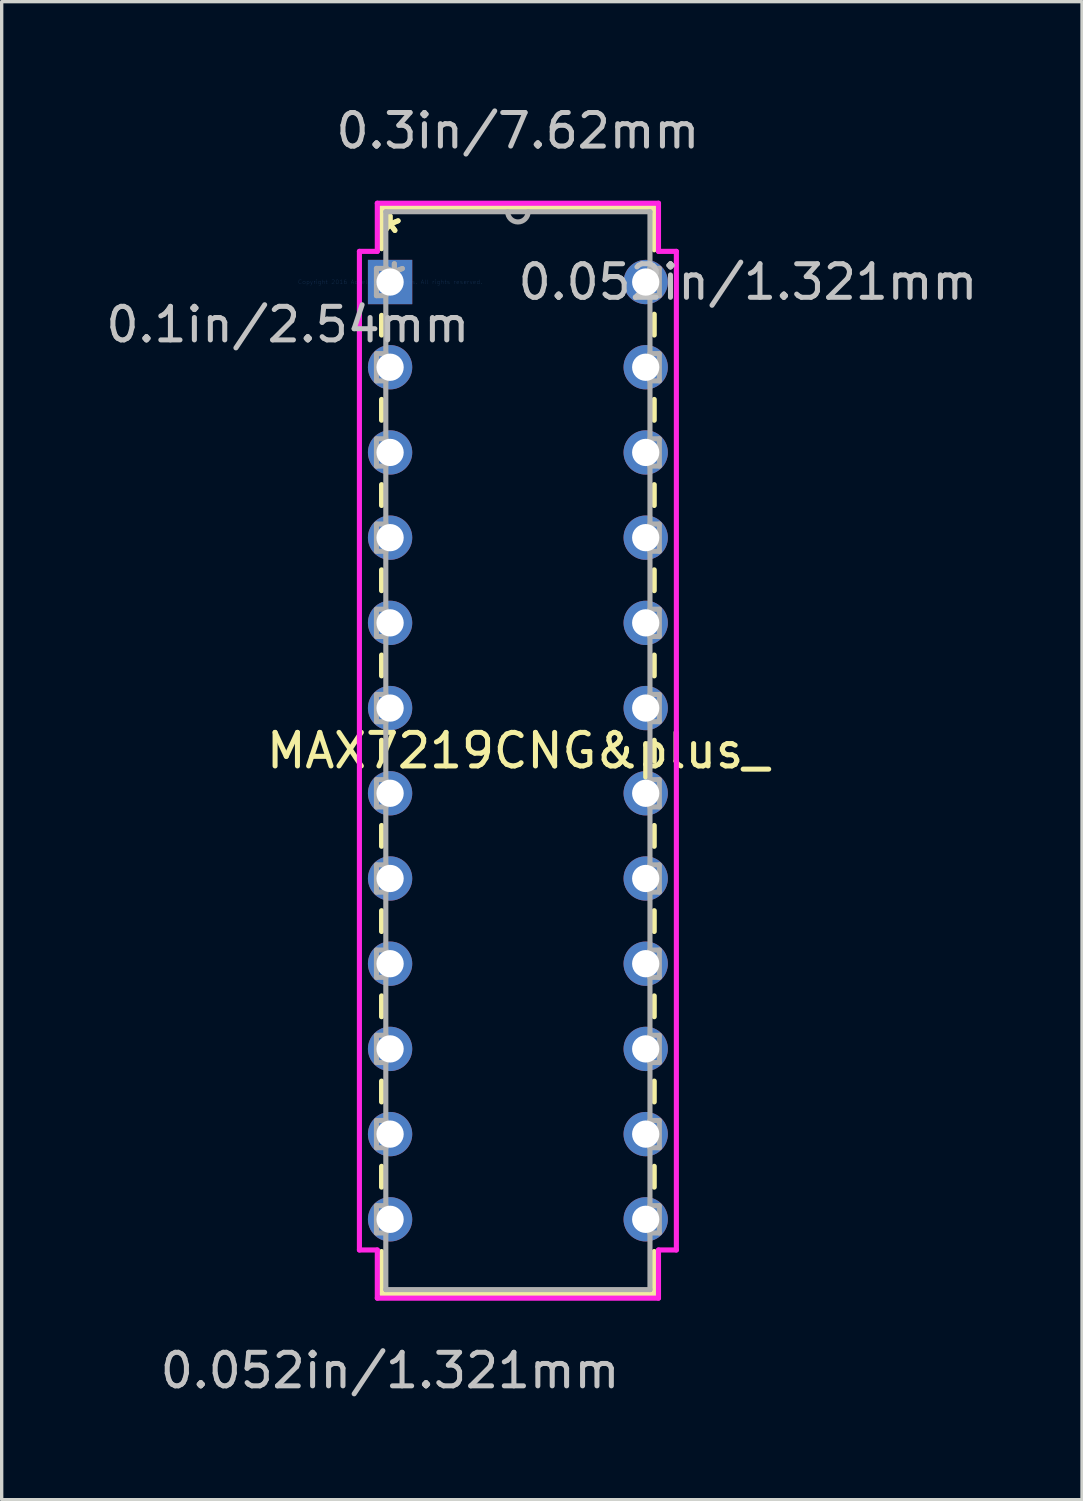
<source format=kicad_pcb>
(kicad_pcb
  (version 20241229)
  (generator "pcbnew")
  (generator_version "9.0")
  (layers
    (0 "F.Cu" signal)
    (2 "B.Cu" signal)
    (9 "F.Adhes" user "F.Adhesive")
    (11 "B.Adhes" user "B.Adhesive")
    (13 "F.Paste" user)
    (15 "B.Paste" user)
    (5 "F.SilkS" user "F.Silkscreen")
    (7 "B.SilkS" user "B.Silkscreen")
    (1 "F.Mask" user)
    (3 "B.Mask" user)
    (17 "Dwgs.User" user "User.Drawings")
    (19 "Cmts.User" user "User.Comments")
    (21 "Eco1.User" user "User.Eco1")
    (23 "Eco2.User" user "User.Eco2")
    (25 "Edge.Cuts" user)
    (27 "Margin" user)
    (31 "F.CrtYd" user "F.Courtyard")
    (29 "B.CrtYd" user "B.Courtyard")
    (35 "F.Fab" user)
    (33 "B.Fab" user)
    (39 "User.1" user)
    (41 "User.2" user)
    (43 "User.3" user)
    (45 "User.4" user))
  (footprint "MAX7219CNG&plus_"
    (layer "F.Cu")
    (at 8.578 5.357)
    (property "Reference" "MAX7219CNG&plus_" (at 3.81 13.97 0) (layer "F.SilkS") (effects (font (size 1 1) (thickness 0.15))))
    (attr through_hole)
    (fp_line (start -0.254 -2.223) (end -0.254 -0.993) (stroke (width 0.152) (type solid)) (layer "F.SilkS"))
    (fp_line (start -0.254 0.993) (end -0.254 1.58) (stroke (width 0.152) (type solid)) (layer "F.SilkS"))
    (fp_line (start -0.254 3.5) (end -0.254 4.12) (stroke (width 0.152) (type solid)) (layer "F.SilkS"))
    (fp_line (start -0.254 6.04) (end -0.254 6.66) (stroke (width 0.152) (type solid)) (layer "F.SilkS"))
    (fp_line (start -0.254 8.58) (end -0.254 9.2) (stroke (width 0.152) (type solid)) (layer "F.SilkS"))
    (fp_line (start -0.254 11.12) (end -0.254 11.74) (stroke (width 0.152) (type solid)) (layer "F.SilkS"))
    (fp_line (start -0.254 13.66) (end -0.254 14.28) (stroke (width 0.152) (type solid)) (layer "F.SilkS"))
    (fp_line (start -0.254 16.2) (end -0.254 16.82) (stroke (width 0.152) (type solid)) (layer "F.SilkS"))
    (fp_line (start -0.254 18.74) (end -0.254 19.36) (stroke (width 0.152) (type solid)) (layer "F.SilkS"))
    (fp_line (start -0.254 21.28) (end -0.254 21.9) (stroke (width 0.152) (type solid)) (layer "F.SilkS"))
    (fp_line (start -0.254 23.82) (end -0.254 24.44) (stroke (width 0.152) (type solid)) (layer "F.SilkS"))
    (fp_line (start -0.254 26.36) (end -0.254 26.98) (stroke (width 0.152) (type solid)) (layer "F.SilkS"))
    (fp_line (start -0.254 28.9) (end -0.254 30.163) (stroke (width 0.152) (type solid)) (layer "F.SilkS"))
    (fp_line (start -0.254 30.163) (end 7.874 30.163) (stroke (width 0.152) (type solid)) (layer "F.SilkS"))
    (fp_line (start 7.874 -2.223) (end -0.254 -2.223) (stroke (width 0.152) (type solid)) (layer "F.SilkS"))
    (fp_line (start 7.874 -0.96) (end 7.874 -2.223) (stroke (width 0.152) (type solid)) (layer "F.SilkS"))
    (fp_line (start 7.874 1.58) (end 7.874 0.96) (stroke (width 0.152) (type solid)) (layer "F.SilkS"))
    (fp_line (start 7.874 4.12) (end 7.874 3.5) (stroke (width 0.152) (type solid)) (layer "F.SilkS"))
    (fp_line (start 7.874 6.66) (end 7.874 6.04) (stroke (width 0.152) (type solid)) (layer "F.SilkS"))
    (fp_line (start 7.874 9.2) (end 7.874 8.58) (stroke (width 0.152) (type solid)) (layer "F.SilkS"))
    (fp_line (start 7.874 11.74) (end 7.874 11.12) (stroke (width 0.152) (type solid)) (layer "F.SilkS"))
    (fp_line (start 7.874 14.28) (end 7.874 13.66) (stroke (width 0.152) (type solid)) (layer "F.SilkS"))
    (fp_line (start 7.874 16.82) (end 7.874 16.2) (stroke (width 0.152) (type solid)) (layer "F.SilkS"))
    (fp_line (start 7.874 19.36) (end 7.874 18.74) (stroke (width 0.152) (type solid)) (layer "F.SilkS"))
    (fp_line (start 7.874 21.9) (end 7.874 21.28) (stroke (width 0.152) (type solid)) (layer "F.SilkS"))
    (fp_line (start 7.874 24.44) (end 7.874 23.82) (stroke (width 0.152) (type solid)) (layer "F.SilkS"))
    (fp_line (start 7.874 26.98) (end 7.874 26.36) (stroke (width 0.152) (type solid)) (layer "F.SilkS"))
    (fp_line (start 7.874 30.163) (end 7.874 28.9) (stroke (width 0.152) (type solid)) (layer "F.SilkS"))
    (fp_line (start -0.914 -0.914) (end -0.914 28.854) (stroke (width 0.152) (type solid)) (layer "F.CrtYd"))
    (fp_line (start -0.914 28.854) (end -0.381 28.854) (stroke (width 0.152) (type solid)) (layer "F.CrtYd"))
    (fp_line (start -0.381 -2.349) (end -0.381 -0.914) (stroke (width 0.152) (type solid)) (layer "F.CrtYd"))
    (fp_line (start -0.381 -0.914) (end -0.914 -0.914) (stroke (width 0.152) (type solid)) (layer "F.CrtYd"))
    (fp_line (start -0.381 28.854) (end -0.381 30.29) (stroke (width 0.152) (type solid)) (layer "F.CrtYd"))
    (fp_line (start -0.381 30.29) (end 8.001 30.29) (stroke (width 0.152) (type solid)) (layer "F.CrtYd"))
    (fp_line (start 8.001 -2.349) (end -0.381 -2.349) (stroke (width 0.152) (type solid)) (layer "F.CrtYd"))
    (fp_line (start 8.001 -0.914) (end 8.001 -2.349) (stroke (width 0.152) (type solid)) (layer "F.CrtYd"))
    (fp_line (start 8.001 28.854) (end 8.534 28.854) (stroke (width 0.152) (type solid)) (layer "F.CrtYd"))
    (fp_line (start 8.001 30.29) (end 8.001 28.854) (stroke (width 0.152) (type solid)) (layer "F.CrtYd"))
    (fp_line (start 8.534 -0.914) (end 8.001 -0.914) (stroke (width 0.152) (type solid)) (layer "F.CrtYd"))
    (fp_line (start 8.534 28.854) (end 8.534 -0.914) (stroke (width 0.152) (type solid)) (layer "F.CrtYd"))
    (fp_line (start -0.406 -0.406) (end -0.406 0.406) (stroke (width 0.152) (type solid)) (layer "F.Fab"))
    (fp_line (start -0.406 0.406) (end -0.127 0.406) (stroke (width 0.152) (type solid)) (layer "F.Fab"))
    (fp_line (start -0.406 2.134) (end -0.406 2.946) (stroke (width 0.152) (type solid)) (layer "F.Fab"))
    (fp_line (start -0.406 2.946) (end -0.127 2.946) (stroke (width 0.152) (type solid)) (layer "F.Fab"))
    (fp_line (start -0.406 4.674) (end -0.406 5.486) (stroke (width 0.152) (type solid)) (layer "F.Fab"))
    (fp_line (start -0.406 5.486) (end -0.127 5.486) (stroke (width 0.152) (type solid)) (layer "F.Fab"))
    (fp_line (start -0.406 7.214) (end -0.406 8.026) (stroke (width 0.152) (type solid)) (layer "F.Fab"))
    (fp_line (start -0.406 8.026) (end -0.127 8.026) (stroke (width 0.152) (type solid)) (layer "F.Fab"))
    (fp_line (start -0.406 9.754) (end -0.406 10.566) (stroke (width 0.152) (type solid)) (layer "F.Fab"))
    (fp_line (start -0.406 10.566) (end -0.127 10.566) (stroke (width 0.152) (type solid)) (layer "F.Fab"))
    (fp_line (start -0.406 12.294) (end -0.406 13.106) (stroke (width 0.152) (type solid)) (layer "F.Fab"))
    (fp_line (start -0.406 13.106) (end -0.127 13.106) (stroke (width 0.152) (type solid)) (layer "F.Fab"))
    (fp_line (start -0.406 14.834) (end -0.406 15.646) (stroke (width 0.152) (type solid)) (layer "F.Fab"))
    (fp_line (start -0.406 15.646) (end -0.127 15.646) (stroke (width 0.152) (type solid)) (layer "F.Fab"))
    (fp_line (start -0.406 17.374) (end -0.406 18.186) (stroke (width 0.152) (type solid)) (layer "F.Fab"))
    (fp_line (start -0.406 18.186) (end -0.127 18.186) (stroke (width 0.152) (type solid)) (layer "F.Fab"))
    (fp_line (start -0.406 19.914) (end -0.406 20.726) (stroke (width 0.152) (type solid)) (layer "F.Fab"))
    (fp_line (start -0.406 20.726) (end -0.127 20.726) (stroke (width 0.152) (type solid)) (layer "F.Fab"))
    (fp_line (start -0.406 22.454) (end -0.406 23.266) (stroke (width 0.152) (type solid)) (layer "F.Fab"))
    (fp_line (start -0.406 23.266) (end -0.127 23.266) (stroke (width 0.152) (type solid)) (layer "F.Fab"))
    (fp_line (start -0.406 24.994) (end -0.406 25.806) (stroke (width 0.152) (type solid)) (layer "F.Fab"))
    (fp_line (start -0.406 25.806) (end -0.127 25.806) (stroke (width 0.152) (type solid)) (layer "F.Fab"))
    (fp_line (start -0.406 27.534) (end -0.406 28.346) (stroke (width 0.152) (type solid)) (layer "F.Fab"))
    (fp_line (start -0.406 28.346) (end -0.127 28.346) (stroke (width 0.152) (type solid)) (layer "F.Fab"))
    (fp_line (start -0.127 -2.095) (end -0.127 30.035) (stroke (width 0.152) (type solid)) (layer "F.Fab"))
    (fp_line (start -0.127 -0.406) (end -0.406 -0.406) (stroke (width 0.152) (type solid)) (layer "F.Fab"))
    (fp_line (start -0.127 0.406) (end -0.127 -0.406) (stroke (width 0.152) (type solid)) (layer "F.Fab"))
    (fp_line (start -0.127 2.134) (end -0.406 2.134) (stroke (width 0.152) (type solid)) (layer "F.Fab"))
    (fp_line (start -0.127 2.946) (end -0.127 2.134) (stroke (width 0.152) (type solid)) (layer "F.Fab"))
    (fp_line (start -0.127 4.674) (end -0.406 4.674) (stroke (width 0.152) (type solid)) (layer "F.Fab"))
    (fp_line (start -0.127 5.486) (end -0.127 4.674) (stroke (width 0.152) (type solid)) (layer "F.Fab"))
    (fp_line (start -0.127 7.214) (end -0.406 7.214) (stroke (width 0.152) (type solid)) (layer "F.Fab"))
    (fp_line (start -0.127 8.026) (end -0.127 7.214) (stroke (width 0.152) (type solid)) (layer "F.Fab"))
    (fp_line (start -0.127 9.754) (end -0.406 9.754) (stroke (width 0.152) (type solid)) (layer "F.Fab"))
    (fp_line (start -0.127 10.566) (end -0.127 9.754) (stroke (width 0.152) (type solid)) (layer "F.Fab"))
    (fp_line (start -0.127 12.294) (end -0.406 12.294) (stroke (width 0.152) (type solid)) (layer "F.Fab"))
    (fp_line (start -0.127 13.106) (end -0.127 12.294) (stroke (width 0.152) (type solid)) (layer "F.Fab"))
    (fp_line (start -0.127 14.834) (end -0.406 14.834) (stroke (width 0.152) (type solid)) (layer "F.Fab"))
    (fp_line (start -0.127 15.646) (end -0.127 14.834) (stroke (width 0.152) (type solid)) (layer "F.Fab"))
    (fp_line (start -0.127 17.374) (end -0.406 17.374) (stroke (width 0.152) (type solid)) (layer "F.Fab"))
    (fp_line (start -0.127 18.186) (end -0.127 17.374) (stroke (width 0.152) (type solid)) (layer "F.Fab"))
    (fp_line (start -0.127 19.914) (end -0.406 19.914) (stroke (width 0.152) (type solid)) (layer "F.Fab"))
    (fp_line (start -0.127 20.726) (end -0.127 19.914) (stroke (width 0.152) (type solid)) (layer "F.Fab"))
    (fp_line (start -0.127 22.454) (end -0.406 22.454) (stroke (width 0.152) (type solid)) (layer "F.Fab"))
    (fp_line (start -0.127 23.266) (end -0.127 22.454) (stroke (width 0.152) (type solid)) (layer "F.Fab"))
    (fp_line (start -0.127 24.994) (end -0.406 24.994) (stroke (width 0.152) (type solid)) (layer "F.Fab"))
    (fp_line (start -0.127 25.806) (end -0.127 24.994) (stroke (width 0.152) (type solid)) (layer "F.Fab"))
    (fp_line (start -0.127 27.534) (end -0.406 27.534) (stroke (width 0.152) (type solid)) (layer "F.Fab"))
    (fp_line (start -0.127 28.346) (end -0.127 27.534) (stroke (width 0.152) (type solid)) (layer "F.Fab"))
    (fp_line (start -0.127 30.035) (end 7.747 30.035) (stroke (width 0.152) (type solid)) (layer "F.Fab"))
    (fp_line (start 7.747 -2.095) (end -0.127 -2.095) (stroke (width 0.152) (type solid)) (layer "F.Fab"))
    (fp_line (start 7.747 -0.406) (end 7.747 0.406) (stroke (width 0.152) (type solid)) (layer "F.Fab"))
    (fp_line (start 7.747 0.406) (end 8.026 0.406) (stroke (width 0.152) (type solid)) (layer "F.Fab"))
    (fp_line (start 7.747 2.134) (end 7.747 2.946) (stroke (width 0.152) (type solid)) (layer "F.Fab"))
    (fp_line (start 7.747 2.946) (end 8.026 2.946) (stroke (width 0.152) (type solid)) (layer "F.Fab"))
    (fp_line (start 7.747 4.674) (end 7.747 5.486) (stroke (width 0.152) (type solid)) (layer "F.Fab"))
    (fp_line (start 7.747 5.486) (end 8.026 5.486) (stroke (width 0.152) (type solid)) (layer "F.Fab"))
    (fp_line (start 7.747 7.214) (end 7.747 8.026) (stroke (width 0.152) (type solid)) (layer "F.Fab"))
    (fp_line (start 7.747 8.026) (end 8.026 8.026) (stroke (width 0.152) (type solid)) (layer "F.Fab"))
    (fp_line (start 7.747 9.754) (end 7.747 10.566) (stroke (width 0.152) (type solid)) (layer "F.Fab"))
    (fp_line (start 7.747 10.566) (end 8.026 10.566) (stroke (width 0.152) (type solid)) (layer "F.Fab"))
    (fp_line (start 7.747 12.294) (end 7.747 13.106) (stroke (width 0.152) (type solid)) (layer "F.Fab"))
    (fp_line (start 7.747 13.106) (end 8.026 13.106) (stroke (width 0.152) (type solid)) (layer "F.Fab"))
    (fp_line (start 7.747 14.834) (end 7.747 15.646) (stroke (width 0.152) (type solid)) (layer "F.Fab"))
    (fp_line (start 7.747 15.646) (end 8.026 15.646) (stroke (width 0.152) (type solid)) (layer "F.Fab"))
    (fp_line (start 7.747 17.374) (end 7.747 18.186) (stroke (width 0.152) (type solid)) (layer "F.Fab"))
    (fp_line (start 7.747 18.186) (end 8.026 18.186) (stroke (width 0.152) (type solid)) (layer "F.Fab"))
    (fp_line (start 7.747 19.914) (end 7.747 20.726) (stroke (width 0.152) (type solid)) (layer "F.Fab"))
    (fp_line (start 7.747 20.726) (end 8.026 20.726) (stroke (width 0.152) (type solid)) (layer "F.Fab"))
    (fp_line (start 7.747 22.454) (end 7.747 23.266) (stroke (width 0.152) (type solid)) (layer "F.Fab"))
    (fp_line (start 7.747 23.266) (end 8.026 23.266) (stroke (width 0.152) (type solid)) (layer "F.Fab"))
    (fp_line (start 7.747 24.994) (end 7.747 25.806) (stroke (width 0.152) (type solid)) (layer "F.Fab"))
    (fp_line (start 7.747 25.806) (end 8.026 25.806) (stroke (width 0.152) (type solid)) (layer "F.Fab"))
    (fp_line (start 7.747 27.534) (end 7.747 28.346) (stroke (width 0.152) (type solid)) (layer "F.Fab"))
    (fp_line (start 7.747 28.346) (end 8.026 28.346) (stroke (width 0.152) (type solid)) (layer "F.Fab"))
    (fp_line (start 7.747 30.035) (end 7.747 -2.095) (stroke (width 0.152) (type solid)) (layer "F.Fab"))
    (fp_line (start 8.026 -0.406) (end 7.747 -0.406) (stroke (width 0.152) (type solid)) (layer "F.Fab"))
    (fp_line (start 8.026 0.406) (end 8.026 -0.406) (stroke (width 0.152) (type solid)) (layer "F.Fab"))
    (fp_line (start 8.026 2.134) (end 7.747 2.134) (stroke (width 0.152) (type solid)) (layer "F.Fab"))
    (fp_line (start 8.026 2.946) (end 8.026 2.134) (stroke (width 0.152) (type solid)) (layer "F.Fab"))
    (fp_line (start 8.026 4.674) (end 7.747 4.674) (stroke (width 0.152) (type solid)) (layer "F.Fab"))
    (fp_line (start 8.026 5.486) (end 8.026 4.674) (stroke (width 0.152) (type solid)) (layer "F.Fab"))
    (fp_line (start 8.026 7.214) (end 7.747 7.214) (stroke (width 0.152) (type solid)) (layer "F.Fab"))
    (fp_line (start 8.026 8.026) (end 8.026 7.214) (stroke (width 0.152) (type solid)) (layer "F.Fab"))
    (fp_line (start 8.026 9.754) (end 7.747 9.754) (stroke (width 0.152) (type solid)) (layer "F.Fab"))
    (fp_line (start 8.026 10.566) (end 8.026 9.754) (stroke (width 0.152) (type solid)) (layer "F.Fab"))
    (fp_line (start 8.026 12.294) (end 7.747 12.294) (stroke (width 0.152) (type solid)) (layer "F.Fab"))
    (fp_line (start 8.026 13.106) (end 8.026 12.294) (stroke (width 0.152) (type solid)) (layer "F.Fab"))
    (fp_line (start 8.026 14.834) (end 7.747 14.834) (stroke (width 0.152) (type solid)) (layer "F.Fab"))
    (fp_line (start 8.026 15.646) (end 8.026 14.834) (stroke (width 0.152) (type solid)) (layer "F.Fab"))
    (fp_line (start 8.026 17.374) (end 7.747 17.374) (stroke (width 0.152) (type solid)) (layer "F.Fab"))
    (fp_line (start 8.026 18.186) (end 8.026 17.374) (stroke (width 0.152) (type solid)) (layer "F.Fab"))
    (fp_line (start 8.026 19.914) (end 7.747 19.914) (stroke (width 0.152) (type solid)) (layer "F.Fab"))
    (fp_line (start 8.026 20.726) (end 8.026 19.914) (stroke (width 0.152) (type solid)) (layer "F.Fab"))
    (fp_line (start 8.026 22.454) (end 7.747 22.454) (stroke (width 0.152) (type solid)) (layer "F.Fab"))
    (fp_line (start 8.026 23.266) (end 8.026 22.454) (stroke (width 0.152) (type solid)) (layer "F.Fab"))
    (fp_line (start 8.026 24.994) (end 7.747 24.994) (stroke (width 0.152) (type solid)) (layer "F.Fab"))
    (fp_line (start 8.026 25.806) (end 8.026 24.994) (stroke (width 0.152) (type solid)) (layer "F.Fab"))
    (fp_line (start 8.026 27.534) (end 7.747 27.534) (stroke (width 0.152) (type solid)) (layer "F.Fab"))
    (fp_line (start 8.026 28.346) (end 8.026 27.534) (stroke (width 0.152) (type solid)) (layer "F.Fab"))
    (fp_arc (start 4.1148 -2.0955) (mid 3.81 -1.7907) (end 3.5052 -2.0955) (stroke (width 0.1524) (type solid)) (layer "F.Fab"))
    (fp_text user "*" (at 0 -1.422 0) (layer "F.SilkS") (effects (font (size 1 1) (thickness 0.15))))
    (fp_text user "*" (at 0 -1.422 0) (layer "F.SilkS") (effects (font (size 1 1) (thickness 0.15))))
    (fp_text user "0.052in/1.321mm" (at 0 32.449 0) (layer "Dwgs.User") (effects (font (size 1 1) (thickness 0.15))))
    (fp_text user "0.052in/1.321mm" (at 10.668 0 0) (layer "Dwgs.User") (effects (font (size 1 1) (thickness 0.15))))
    (fp_text user "0.1in/2.54mm" (at -3.048 1.27 0) (layer "Dwgs.User") (effects (font (size 1 1) (thickness 0.15))))
    (fp_text user "0.3in/7.62mm" (at 3.81 -4.508 0) (layer "Dwgs.User") (effects (font (size 1 1) (thickness 0.15))))
    (fp_text user "Copyright 2016 Accelerated Designs. All rights reserved." (at 0 0 0) (layer "Cmts.User") (effects (font (size 0.127 0.127) (thickness 0.002))))
    (fp_text user "*" (at 0.127 0 0) (layer "F.Fab") (effects (font (size 1 1) (thickness 0.15))))
    (fp_text user "*" (at 0.127 0 0) (layer "F.Fab") (effects (font (size 1 1) (thickness 0.15))))
    (pad "1" thru_hole rect (at 0 0) (size 1.321 1.321) (drill 0.813) (layers "*.Cu" "*.Mask"))
    (pad "2" thru_hole circle (at 0 2.54) (size 1.321 1.321) (drill 0.813) (layers "*.Cu" "*.Mask"))
    (pad "3" thru_hole circle (at 0 5.08) (size 1.321 1.321) (drill 0.813) (layers "*.Cu" "*.Mask"))
    (pad "4" thru_hole circle (at 0 7.62) (size 1.321 1.321) (drill 0.813) (layers "*.Cu" "*.Mask"))
    (pad "5" thru_hole circle (at 0 10.16) (size 1.321 1.321) (drill 0.813) (layers "*.Cu" "*.Mask"))
    (pad "6" thru_hole circle (at 0 12.7) (size 1.321 1.321) (drill 0.813) (layers "*.Cu" "*.Mask"))
    (pad "7" thru_hole circle (at 0 15.24) (size 1.321 1.321) (drill 0.813) (layers "*.Cu" "*.Mask"))
    (pad "8" thru_hole circle (at 0 17.78) (size 1.321 1.321) (drill 0.813) (layers "*.Cu" "*.Mask"))
    (pad "9" thru_hole circle (at 0 20.32) (size 1.321 1.321) (drill 0.813) (layers "*.Cu" "*.Mask"))
    (pad "10" thru_hole circle (at 0 22.86) (size 1.321 1.321) (drill 0.813) (layers "*.Cu" "*.Mask"))
    (pad "11" thru_hole circle (at 0 25.4) (size 1.321 1.321) (drill 0.813) (layers "*.Cu" "*.Mask"))
    (pad "12" thru_hole circle (at 0 27.94) (size 1.321 1.321) (drill 0.813) (layers "*.Cu" "*.Mask"))
    (pad "13" thru_hole circle (at 7.62 27.94) (size 1.321 1.321) (drill 0.813) (layers "*.Cu" "*.Mask"))
    (pad "14" thru_hole circle (at 7.62 25.4) (size 1.321 1.321) (drill 0.813) (layers "*.Cu" "*.Mask"))
    (pad "15" thru_hole circle (at 7.62 22.86) (size 1.321 1.321) (drill 0.813) (layers "*.Cu" "*.Mask"))
    (pad "16" thru_hole circle (at 7.62 20.32) (size 1.321 1.321) (drill 0.813) (layers "*.Cu" "*.Mask"))
    (pad "17" thru_hole circle (at 7.62 17.78) (size 1.321 1.321) (drill 0.813) (layers "*.Cu" "*.Mask"))
    (pad "18" thru_hole circle (at 7.62 15.24) (size 1.321 1.321) (drill 0.813) (layers "*.Cu" "*.Mask"))
    (pad "19" thru_hole circle (at 7.62 12.7) (size 1.321 1.321) (drill 0.813) (layers "*.Cu" "*.Mask"))
    (pad "20" thru_hole circle (at 7.62 10.16) (size 1.321 1.321) (drill 0.813) (layers "*.Cu" "*.Mask"))
    (pad "21" thru_hole circle (at 7.62 7.62) (size 1.321 1.321) (drill 0.813) (layers "*.Cu" "*.Mask"))
    (pad "22" thru_hole circle (at 7.62 5.08) (size 1.321 1.321) (drill 0.813) (layers "*.Cu" "*.Mask"))
    (pad "23" thru_hole circle (at 7.62 2.54) (size 1.321 1.321) (drill 0.813) (layers "*.Cu" "*.Mask"))
    (pad "24" thru_hole circle (at 7.62 0) (size 1.321 1.321) (drill 0.813) (layers "*.Cu" "*.Mask")))
  (gr_rect
    (start -3 -3)
    (end 29.204 41.654)
    (stroke (width 0.1) (type default))
    (fill no)
    (layer "Edge.Cuts")))
</source>
